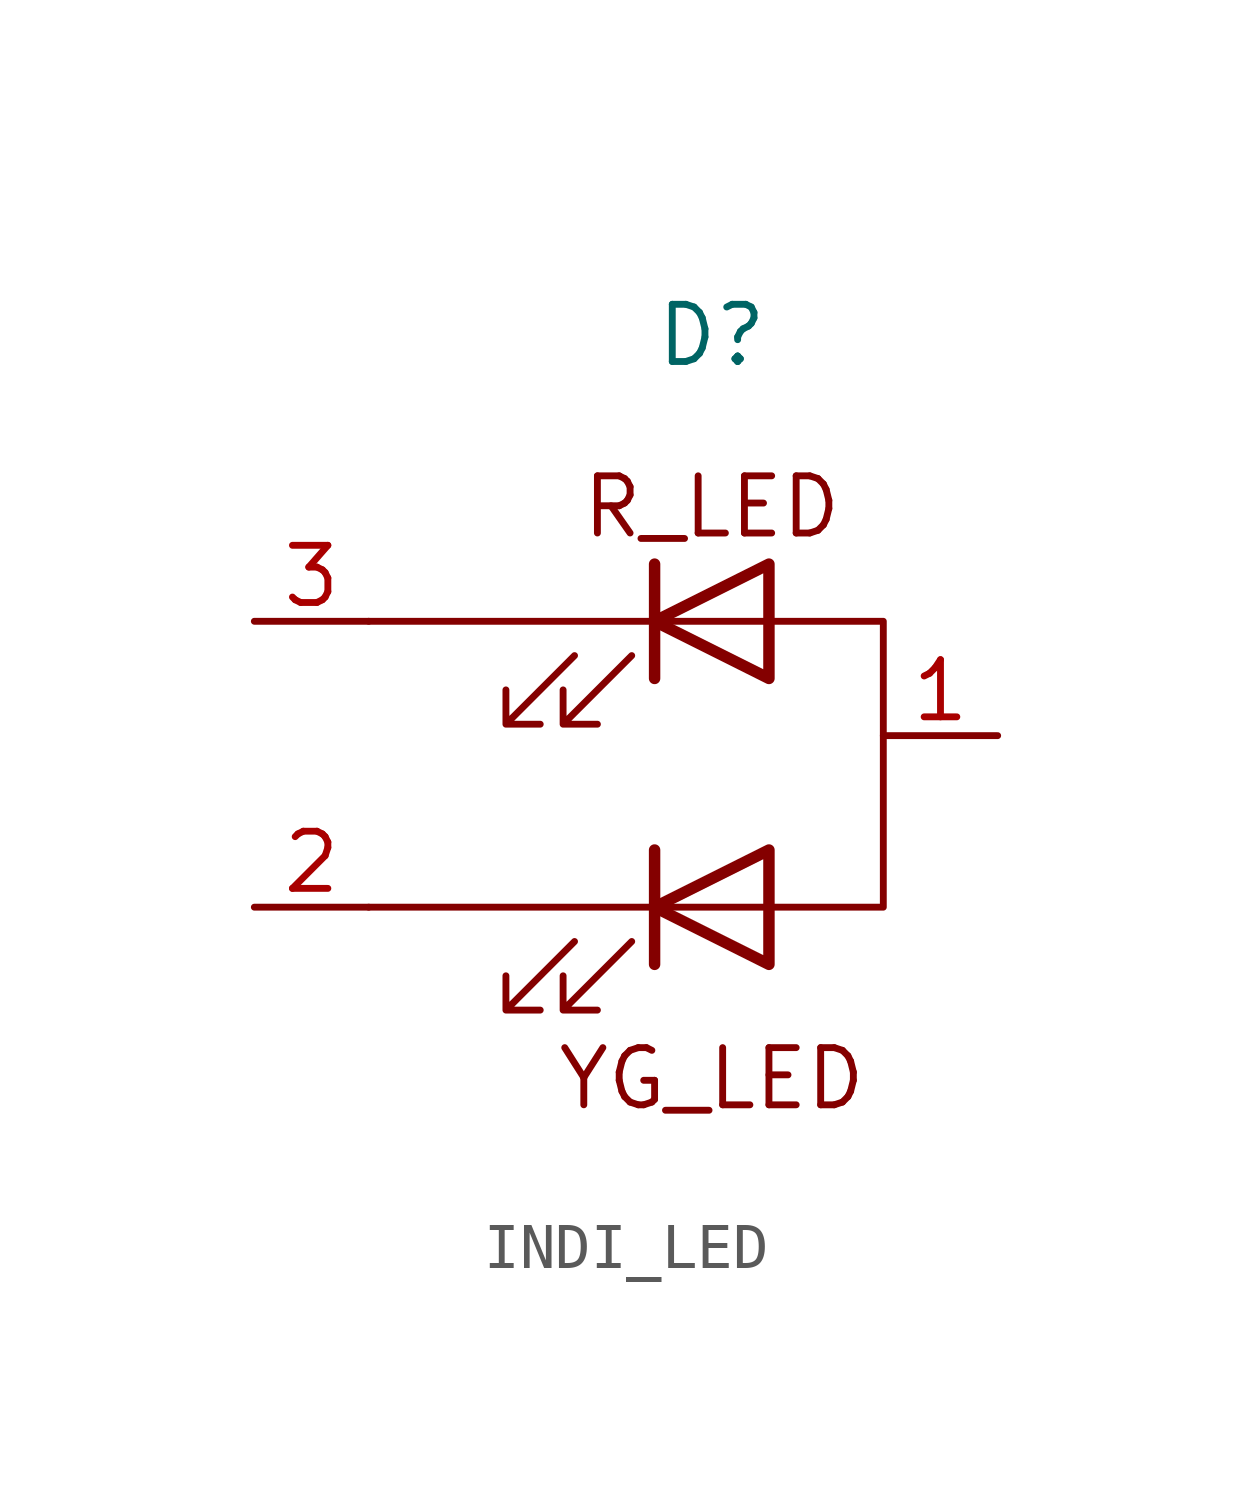
<source format=kicad_sym>
(kicad_symbol_lib
  (version 20220914)
  (generator kicad_symbol_editor)
  (symbol "INDI_LED"
    (property "Reference" "D"
      (at 0 2.54 0)
      (effects (font (size 1.27 1.27))))
    (property "Value" ""
      (at 0 3.81 0)
      (effects (font (size 1.27 1.27))))
    (property "ki_locked" ""
      (at 0 0 0)
      (effects (font (size 1.27 1.27))))
    (symbol "INDI_LED_0_1"
      (polyline (pts (xy -1.27 -11.43) (xy -1.27 -8.89)) (stroke (width 0.254) (type default)) (fill (type none)))
      (polyline (pts (xy -1.27 -10.16) (xy 1.27 -10.16)) (stroke (width 0) (type default)) (fill (type none)))
      (polyline (pts (xy -1.27 -5.08) (xy -1.27 -2.54)) (stroke (width 0.254) (type default)) (fill (type none)))
      (polyline (pts (xy -1.27 -3.81) (xy 1.27 -3.81)) (stroke (width 0) (type default)) (fill (type none)))
      (polyline (pts (xy 1.27 -11.43) (xy 1.27 -8.89) (xy -1.27 -10.16) (xy 1.27 -11.43)) (stroke (width 0.254) (type default)) (fill (type none)))
      (polyline (pts (xy 1.27 -5.08) (xy 1.27 -2.54) (xy -1.27 -3.81) (xy 1.27 -5.08)) (stroke (width 0.254) (type default)) (fill (type none)))
      (polyline (pts (xy -3.048 -10.922) (xy -4.572 -12.446) (xy -3.81 -12.446) (xy -4.572 -12.446) (xy -4.572 -11.684)) (stroke (width 0) (type default)) (fill (type none)))
      (polyline (pts (xy -3.048 -4.572) (xy -4.572 -6.096) (xy -3.81 -6.096) (xy -4.572 -6.096) (xy -4.572 -5.334)) (stroke (width 0) (type default)) (fill (type none)))
      (polyline (pts (xy -1.778 -10.922) (xy -3.302 -12.446) (xy -2.54 -12.446) (xy -3.302 -12.446) (xy -3.302 -11.684)) (stroke (width 0) (type default)) (fill (type none)))
      (polyline (pts (xy -1.778 -4.572) (xy -3.302 -6.096) (xy -2.54 -6.096) (xy -3.302 -6.096) (xy -3.302 -5.334)) (stroke (width 0) (type default)) (fill (type none))))
    (symbol "INDI_LED_1_1"
      (polyline (pts (xy -1.27 -10.16) (xy -7.62 -10.16)) (stroke (width 0) (type default)) (fill (type none)))
      (polyline (pts (xy -1.27 -3.81) (xy -7.62 -3.81)) (stroke (width 0) (type default)) (fill (type none)))
      (polyline (pts (xy 1.27 -3.81) (xy 3.81 -3.81) (xy 3.81 -10.16) (xy 1.27 -10.16)) (stroke (width 0) (type default)) (fill (type none)))
      (text "R_LED" (at 0 -1.27 0) (effects (font (size 1.27 1.27))))
      (text "YG_LED" (at 0 -13.97 0) (effects (font (size 1.27 1.27))))
      (pin free line (at 6.35 -6.35 180) (length 2.54) (name "" (effects (font (size 1.27 1.27)))) (number "1" (effects (font (size 1.27 1.27)))))
      (pin free line (at -10.16 -10.16 0) (length 2.54) (name "" (effects (font (size 1.27 1.27)))) (number "2" (effects (font (size 1.27 1.27)))))
      (pin free line (at -10.16 -3.81 0) (length 2.54) (name "" (effects (font (size 1.27 1.27)))) (number "3" (effects (font (size 1.27 1.27))))))))
</source>
